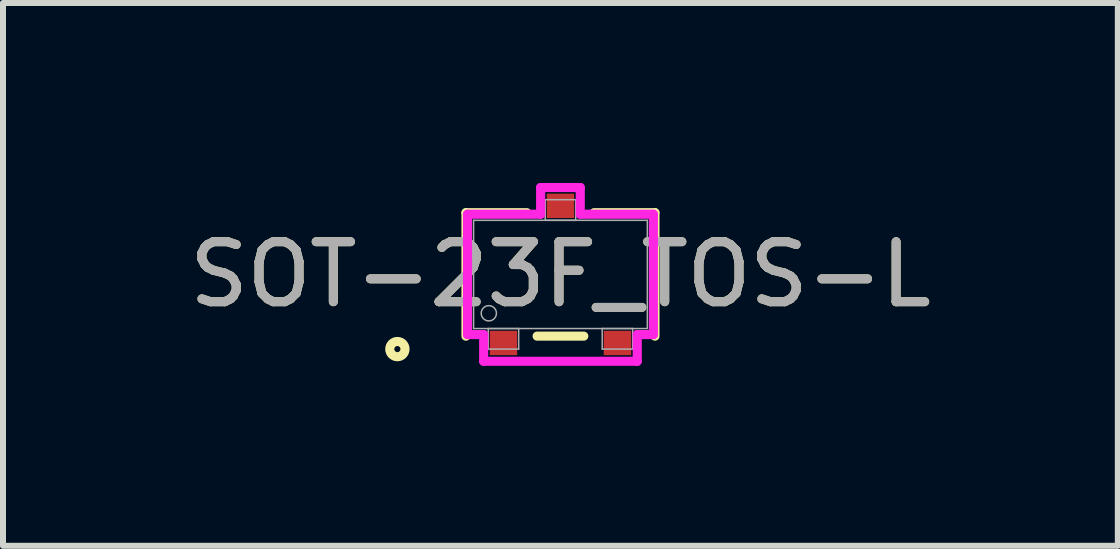
<source format=kicad_pcb>
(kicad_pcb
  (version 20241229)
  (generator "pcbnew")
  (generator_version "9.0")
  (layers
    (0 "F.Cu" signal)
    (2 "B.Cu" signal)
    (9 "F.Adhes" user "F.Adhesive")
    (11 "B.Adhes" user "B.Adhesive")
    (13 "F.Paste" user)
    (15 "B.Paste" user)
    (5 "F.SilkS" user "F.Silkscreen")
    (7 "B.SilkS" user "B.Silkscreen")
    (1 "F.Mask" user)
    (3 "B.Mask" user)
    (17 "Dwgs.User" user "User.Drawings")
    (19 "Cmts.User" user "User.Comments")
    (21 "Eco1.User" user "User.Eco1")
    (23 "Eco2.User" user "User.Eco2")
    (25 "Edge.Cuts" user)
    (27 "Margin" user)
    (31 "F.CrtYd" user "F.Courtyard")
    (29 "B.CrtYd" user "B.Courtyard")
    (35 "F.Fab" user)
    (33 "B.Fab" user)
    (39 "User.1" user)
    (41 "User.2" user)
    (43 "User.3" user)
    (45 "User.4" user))
  (footprint "SOT-23F_TOS-L"
    (layer "F.Cu")
    (at 6.292 1.524)
    (property "Reference" "SOT-23F_TOS-L" (at 0 0 0) (unlocked yes) (layer "F.SilkS") (effects (font (size 1 1) (thickness 0.15))))
    (attr smd)
    (fp_line (start -1.575 -1.029) (end -1.575 1.029) (stroke (width 0.152) (type solid)) (layer "F.SilkS"))
    (fp_line (start -0.561 -1.029) (end -1.575 -1.029) (stroke (width 0.152) (type solid)) (layer "F.SilkS"))
    (fp_line (start -0.389 1.029) (end 0.389 1.029) (stroke (width 0.152) (type solid)) (layer "F.SilkS"))
    (fp_line (start 1.575 -1.029) (end 0.561 -1.029) (stroke (width 0.152) (type solid)) (layer "F.SilkS"))
    (fp_line (start 1.575 1.029) (end 1.575 -1.029) (stroke (width 0.152) (type solid)) (layer "F.SilkS"))
    (fp_circle (center -2.718 1.245) (end -2.591 1.245) (stroke (width 0.152) (type solid)) (fill no) (layer "F.SilkS"))
    (fp_line (start -1.549 -1.003) (end -0.33 -1.003) (stroke (width 0.152) (type solid)) (layer "F.CrtYd"))
    (fp_line (start -1.549 1.003) (end -1.549 -1.003) (stroke (width 0.152) (type solid)) (layer "F.CrtYd"))
    (fp_line (start -1.549 1.003) (end -1.28 1.003) (stroke (width 0.152) (type solid)) (layer "F.CrtYd"))
    (fp_line (start -1.28 1.003) (end -1.28 1.448) (stroke (width 0.152) (type solid)) (layer "F.CrtYd"))
    (fp_line (start -1.28 1.448) (end 1.28 1.448) (stroke (width 0.152) (type solid)) (layer "F.CrtYd"))
    (fp_line (start -0.33 -1.448) (end 0.33 -1.448) (stroke (width 0.152) (type solid)) (layer "F.CrtYd"))
    (fp_line (start -0.33 -1.003) (end -0.33 -1.448) (stroke (width 0.152) (type solid)) (layer "F.CrtYd"))
    (fp_line (start 0.33 -1.003) (end 0.33 -1.448) (stroke (width 0.152) (type solid)) (layer "F.CrtYd"))
    (fp_line (start 1.28 1.003) (end 1.28 1.448) (stroke (width 0.152) (type solid)) (layer "F.CrtYd"))
    (fp_line (start 1.549 -1.003) (end 0.33 -1.003) (stroke (width 0.152) (type solid)) (layer "F.CrtYd"))
    (fp_line (start 1.549 -1.003) (end 1.549 1.003) (stroke (width 0.152) (type solid)) (layer "F.CrtYd"))
    (fp_line (start 1.549 1.003) (end 1.28 1.003) (stroke (width 0.152) (type solid)) (layer "F.CrtYd"))
    (fp_line (start -1.448 -0.902) (end -1.448 0.902) (stroke (width 0.025) (type solid)) (layer "F.Fab"))
    (fp_line (start -1.448 0.902) (end 1.448 0.902) (stroke (width 0.025) (type solid)) (layer "F.Fab"))
    (fp_line (start -1.204 0.902) (end -1.204 1.245) (stroke (width 0.025) (type solid)) (layer "F.Fab"))
    (fp_line (start -1.204 1.245) (end -0.696 1.245) (stroke (width 0.025) (type solid)) (layer "F.Fab"))
    (fp_line (start -0.696 0.902) (end -1.204 0.902) (stroke (width 0.025) (type solid)) (layer "F.Fab"))
    (fp_line (start -0.696 1.245) (end -0.696 0.902) (stroke (width 0.025) (type solid)) (layer "F.Fab"))
    (fp_line (start -0.254 -1.245) (end -0.254 -0.902) (stroke (width 0.025) (type solid)) (layer "F.Fab"))
    (fp_line (start -0.254 -0.902) (end 0.254 -0.902) (stroke (width 0.025) (type solid)) (layer "F.Fab"))
    (fp_line (start 0.254 -1.245) (end -0.254 -1.245) (stroke (width 0.025) (type solid)) (layer "F.Fab"))
    (fp_line (start 0.254 -0.902) (end 0.254 -1.245) (stroke (width 0.025) (type solid)) (layer "F.Fab"))
    (fp_line (start 0.696 0.902) (end 0.696 1.245) (stroke (width 0.025) (type solid)) (layer "F.Fab"))
    (fp_line (start 0.696 1.245) (end 1.204 1.245) (stroke (width 0.025) (type solid)) (layer "F.Fab"))
    (fp_line (start 1.204 0.902) (end 0.696 0.902) (stroke (width 0.025) (type solid)) (layer "F.Fab"))
    (fp_line (start 1.204 1.245) (end 1.204 0.902) (stroke (width 0.025) (type solid)) (layer "F.Fab"))
    (fp_line (start 1.448 -0.902) (end -1.448 -0.902) (stroke (width 0.025) (type solid)) (layer "F.Fab"))
    (fp_line (start 1.448 0.902) (end 1.448 -0.902) (stroke (width 0.025) (type solid)) (layer "F.Fab"))
    (fp_circle (center -1.194 0.648) (end -1.067 0.648) (stroke (width 0.025) (type solid)) (fill no) (layer "F.Fab"))
    (fp_text user "${REFERENCE}" (at 0 0 0) (unlocked yes) (layer "F.Fab") (effects (font (size 1 1) (thickness 0.15))))
    (pad "1" smd rect (at -0.95 1.143) (size 0.457 0.406) (layers "F.Cu" "F.Mask" "F.Paste"))
    (pad "2" smd rect (at 0.95 1.143) (size 0.457 0.406) (layers "F.Cu" "F.Mask" "F.Paste"))
    (pad "3" smd rect (at 0 -1.143) (size 0.457 0.406) (layers "F.Cu" "F.Mask" "F.Paste")))
  (gr_rect
    (start -3 -3)
    (end 15.583 6.048)
    (stroke (width 0.1) (type default))
    (fill no)
    (layer "Edge.Cuts")))
</source>
